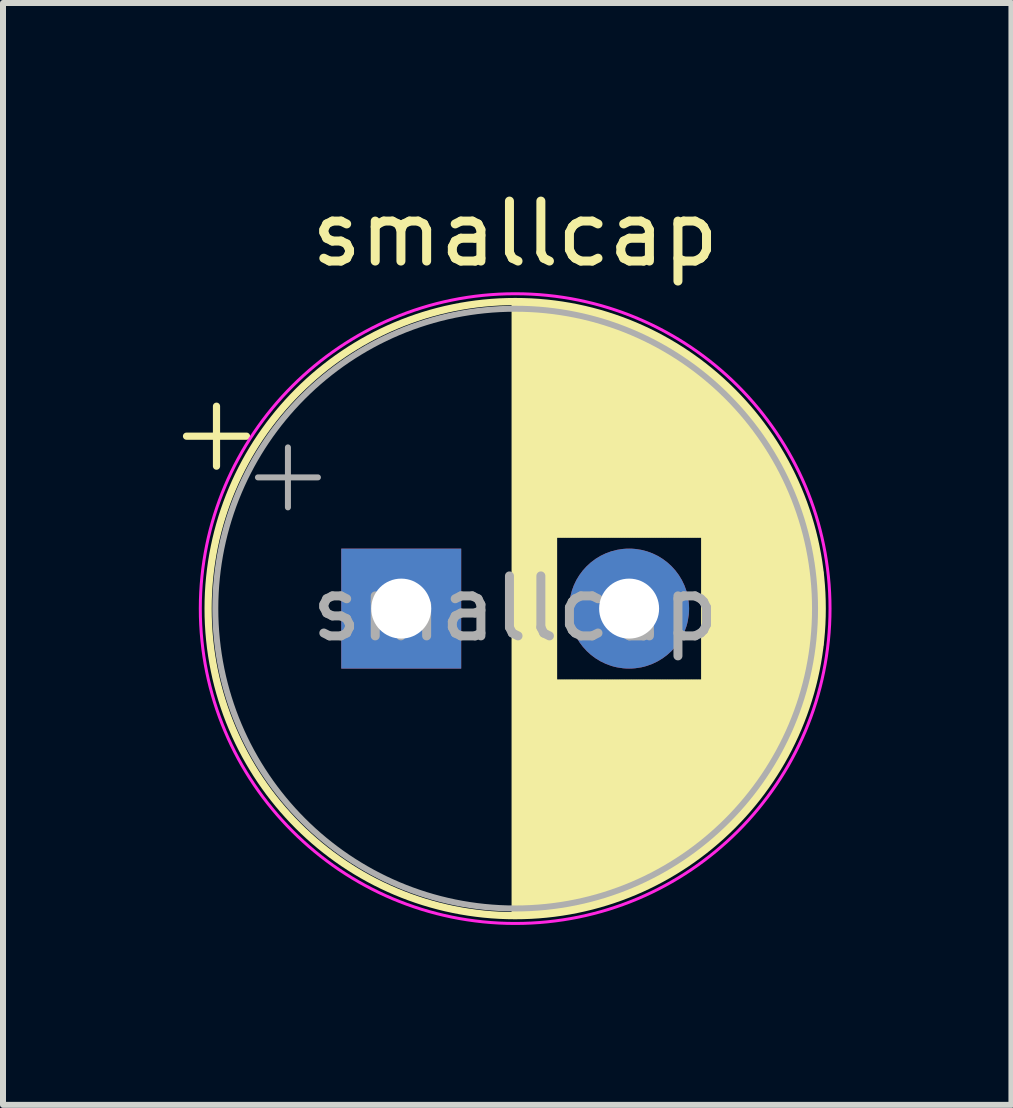
<source format=kicad_pcb>
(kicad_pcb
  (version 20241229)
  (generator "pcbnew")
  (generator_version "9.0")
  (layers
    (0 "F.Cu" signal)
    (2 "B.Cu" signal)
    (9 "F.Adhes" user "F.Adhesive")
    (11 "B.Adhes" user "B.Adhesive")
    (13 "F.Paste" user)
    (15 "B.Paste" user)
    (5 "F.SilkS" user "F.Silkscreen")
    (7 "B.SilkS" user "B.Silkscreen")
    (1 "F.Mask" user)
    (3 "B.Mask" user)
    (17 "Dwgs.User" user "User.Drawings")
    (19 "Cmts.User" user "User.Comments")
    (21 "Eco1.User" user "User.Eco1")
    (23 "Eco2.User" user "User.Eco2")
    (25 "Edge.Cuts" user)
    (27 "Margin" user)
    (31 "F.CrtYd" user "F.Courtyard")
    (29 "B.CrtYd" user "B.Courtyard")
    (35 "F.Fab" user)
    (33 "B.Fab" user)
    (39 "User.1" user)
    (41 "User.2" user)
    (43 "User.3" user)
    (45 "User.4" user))
  (footprint "smallcap"
    (layer "F.Cu")
    (at 5.46 7.098)
    (property "Reference" "smallcap" (at 0.08 -6.25 0) (layer "F.SilkS") (effects (font (size 1 1) (thickness 0.15))))
    (attr through_hole)
    (fp_line (start -5.4 -2.875) (end -4.4 -2.875) (stroke (width 0.12) (type solid)) (layer "F.SilkS"))
    (fp_line (start -4.9 -3.375) (end -4.9 -2.375) (stroke (width 0.12) (type solid)) (layer "F.SilkS"))
    (fp_line (start 0.08 -5.08) (end 0.08 5.08) (stroke (width 0.12) (type solid)) (layer "F.SilkS"))
    (fp_line (start 0.12 -5.08) (end 0.12 5.08) (stroke (width 0.12) (type solid)) (layer "F.SilkS"))
    (fp_line (start 0.16 -5.079) (end 0.16 5.079) (stroke (width 0.12) (type solid)) (layer "F.SilkS"))
    (fp_line (start 0.2 -5.079) (end 0.2 5.079) (stroke (width 0.12) (type solid)) (layer "F.SilkS"))
    (fp_line (start 0.24 -5.077) (end 0.24 5.077) (stroke (width 0.12) (type solid)) (layer "F.SilkS"))
    (fp_line (start 0.28 -5.076) (end 0.28 5.076) (stroke (width 0.12) (type solid)) (layer "F.SilkS"))
    (fp_line (start 0.32 -5.074) (end 0.32 5.074) (stroke (width 0.12) (type solid)) (layer "F.SilkS"))
    (fp_line (start 0.36 -5.072) (end 0.36 5.072) (stroke (width 0.12) (type solid)) (layer "F.SilkS"))
    (fp_line (start 0.4 -5.07) (end 0.4 5.07) (stroke (width 0.12) (type solid)) (layer "F.SilkS"))
    (fp_line (start 0.44 -5.067) (end 0.44 5.067) (stroke (width 0.12) (type solid)) (layer "F.SilkS"))
    (fp_line (start 0.48 -5.064) (end 0.48 5.064) (stroke (width 0.12) (type solid)) (layer "F.SilkS"))
    (fp_line (start 0.52 -5.061) (end 0.52 5.061) (stroke (width 0.12) (type solid)) (layer "F.SilkS"))
    (fp_line (start 0.56 -5.057) (end 0.56 5.057) (stroke (width 0.12) (type solid)) (layer "F.SilkS"))
    (fp_line (start 0.6 -5.054) (end 0.6 5.054) (stroke (width 0.12) (type solid)) (layer "F.SilkS"))
    (fp_line (start 0.64 -5.049) (end 0.64 5.049) (stroke (width 0.12) (type solid)) (layer "F.SilkS"))
    (fp_line (start 0.68 -5.045) (end 0.68 5.045) (stroke (width 0.12) (type solid)) (layer "F.SilkS"))
    (fp_line (start 0.72 -5.04) (end 0.72 5.04) (stroke (width 0.12) (type solid)) (layer "F.SilkS"))
    (fp_line (start 0.76 -5.035) (end 0.76 -1.24) (stroke (width 0.12) (type solid)) (layer "F.SilkS"))
    (fp_line (start 0.76 1.24) (end 0.76 5.035) (stroke (width 0.12) (type solid)) (layer "F.SilkS"))
    (fp_line (start 0.8 -5.029) (end 0.8 -1.24) (stroke (width 0.12) (type solid)) (layer "F.SilkS"))
    (fp_line (start 0.8 1.24) (end 0.8 5.029) (stroke (width 0.12) (type solid)) (layer "F.SilkS"))
    (fp_line (start 0.84 -5.023) (end 0.84 -1.24) (stroke (width 0.12) (type solid)) (layer "F.SilkS"))
    (fp_line (start 0.84 1.24) (end 0.84 5.023) (stroke (width 0.12) (type solid)) (layer "F.SilkS"))
    (fp_line (start 0.88 -5.017) (end 0.88 -1.24) (stroke (width 0.12) (type solid)) (layer "F.SilkS"))
    (fp_line (start 0.88 1.24) (end 0.88 5.017) (stroke (width 0.12) (type solid)) (layer "F.SilkS"))
    (fp_line (start 0.92 -5.011) (end 0.92 -1.24) (stroke (width 0.12) (type solid)) (layer "F.SilkS"))
    (fp_line (start 0.92 1.24) (end 0.92 5.011) (stroke (width 0.12) (type solid)) (layer "F.SilkS"))
    (fp_line (start 0.96 -5.004) (end 0.96 -1.24) (stroke (width 0.12) (type solid)) (layer "F.SilkS"))
    (fp_line (start 0.96 1.24) (end 0.96 5.004) (stroke (width 0.12) (type solid)) (layer "F.SilkS"))
    (fp_line (start 1 -4.997) (end 1 -1.24) (stroke (width 0.12) (type solid)) (layer "F.SilkS"))
    (fp_line (start 1 1.24) (end 1 4.997) (stroke (width 0.12) (type solid)) (layer "F.SilkS"))
    (fp_line (start 1.04 -4.989) (end 1.04 -1.24) (stroke (width 0.12) (type solid)) (layer "F.SilkS"))
    (fp_line (start 1.04 1.24) (end 1.04 4.989) (stroke (width 0.12) (type solid)) (layer "F.SilkS"))
    (fp_line (start 1.08 -4.981) (end 1.08 -1.24) (stroke (width 0.12) (type solid)) (layer "F.SilkS"))
    (fp_line (start 1.08 1.24) (end 1.08 4.981) (stroke (width 0.12) (type solid)) (layer "F.SilkS"))
    (fp_line (start 1.12 -4.973) (end 1.12 -1.24) (stroke (width 0.12) (type solid)) (layer "F.SilkS"))
    (fp_line (start 1.12 1.24) (end 1.12 4.973) (stroke (width 0.12) (type solid)) (layer "F.SilkS"))
    (fp_line (start 1.16 -4.965) (end 1.16 -1.24) (stroke (width 0.12) (type solid)) (layer "F.SilkS"))
    (fp_line (start 1.16 1.24) (end 1.16 4.965) (stroke (width 0.12) (type solid)) (layer "F.SilkS"))
    (fp_line (start 1.2 -4.956) (end 1.2 -1.24) (stroke (width 0.12) (type solid)) (layer "F.SilkS"))
    (fp_line (start 1.2 1.24) (end 1.2 4.956) (stroke (width 0.12) (type solid)) (layer "F.SilkS"))
    (fp_line (start 1.24 -4.947) (end 1.24 -1.24) (stroke (width 0.12) (type solid)) (layer "F.SilkS"))
    (fp_line (start 1.24 1.24) (end 1.24 4.947) (stroke (width 0.12) (type solid)) (layer "F.SilkS"))
    (fp_line (start 1.28 -4.937) (end 1.28 -1.24) (stroke (width 0.12) (type solid)) (layer "F.SilkS"))
    (fp_line (start 1.28 1.24) (end 1.28 4.937) (stroke (width 0.12) (type solid)) (layer "F.SilkS"))
    (fp_line (start 1.32 -4.928) (end 1.32 -1.24) (stroke (width 0.12) (type solid)) (layer "F.SilkS"))
    (fp_line (start 1.32 1.24) (end 1.32 4.928) (stroke (width 0.12) (type solid)) (layer "F.SilkS"))
    (fp_line (start 1.36 -4.917) (end 1.36 -1.24) (stroke (width 0.12) (type solid)) (layer "F.SilkS"))
    (fp_line (start 1.36 1.24) (end 1.36 4.917) (stroke (width 0.12) (type solid)) (layer "F.SilkS"))
    (fp_line (start 1.4 -4.907) (end 1.4 -1.24) (stroke (width 0.12) (type solid)) (layer "F.SilkS"))
    (fp_line (start 1.4 1.24) (end 1.4 4.907) (stroke (width 0.12) (type solid)) (layer "F.SilkS"))
    (fp_line (start 1.44 -4.896) (end 1.44 -1.24) (stroke (width 0.12) (type solid)) (layer "F.SilkS"))
    (fp_line (start 1.44 1.24) (end 1.44 4.896) (stroke (width 0.12) (type solid)) (layer "F.SilkS"))
    (fp_line (start 1.48 -4.885) (end 1.48 -1.24) (stroke (width 0.12) (type solid)) (layer "F.SilkS"))
    (fp_line (start 1.48 1.24) (end 1.48 4.885) (stroke (width 0.12) (type solid)) (layer "F.SilkS"))
    (fp_line (start 1.52 -4.873) (end 1.52 -1.24) (stroke (width 0.12) (type solid)) (layer "F.SilkS"))
    (fp_line (start 1.52 1.24) (end 1.52 4.873) (stroke (width 0.12) (type solid)) (layer "F.SilkS"))
    (fp_line (start 1.56 -4.861) (end 1.56 -1.24) (stroke (width 0.12) (type solid)) (layer "F.SilkS"))
    (fp_line (start 1.56 1.24) (end 1.56 4.861) (stroke (width 0.12) (type solid)) (layer "F.SilkS"))
    (fp_line (start 1.6 -4.849) (end 1.6 -1.24) (stroke (width 0.12) (type solid)) (layer "F.SilkS"))
    (fp_line (start 1.6 1.24) (end 1.6 4.849) (stroke (width 0.12) (type solid)) (layer "F.SilkS"))
    (fp_line (start 1.64 -4.837) (end 1.64 -1.24) (stroke (width 0.12) (type solid)) (layer "F.SilkS"))
    (fp_line (start 1.64 1.24) (end 1.64 4.837) (stroke (width 0.12) (type solid)) (layer "F.SilkS"))
    (fp_line (start 1.68 -4.824) (end 1.68 -1.24) (stroke (width 0.12) (type solid)) (layer "F.SilkS"))
    (fp_line (start 1.68 1.24) (end 1.68 4.824) (stroke (width 0.12) (type solid)) (layer "F.SilkS"))
    (fp_line (start 1.72 -4.81) (end 1.72 -1.24) (stroke (width 0.12) (type solid)) (layer "F.SilkS"))
    (fp_line (start 1.72 1.24) (end 1.72 4.81) (stroke (width 0.12) (type solid)) (layer "F.SilkS"))
    (fp_line (start 1.76 -4.797) (end 1.76 -1.24) (stroke (width 0.12) (type solid)) (layer "F.SilkS"))
    (fp_line (start 1.76 1.24) (end 1.76 4.797) (stroke (width 0.12) (type solid)) (layer "F.SilkS"))
    (fp_line (start 1.8 -4.782) (end 1.8 -1.24) (stroke (width 0.12) (type solid)) (layer "F.SilkS"))
    (fp_line (start 1.8 1.24) (end 1.8 4.782) (stroke (width 0.12) (type solid)) (layer "F.SilkS"))
    (fp_line (start 1.84 -4.768) (end 1.84 -1.24) (stroke (width 0.12) (type solid)) (layer "F.SilkS"))
    (fp_line (start 1.84 1.24) (end 1.84 4.768) (stroke (width 0.12) (type solid)) (layer "F.SilkS"))
    (fp_line (start 1.88 -4.753) (end 1.88 -1.24) (stroke (width 0.12) (type solid)) (layer "F.SilkS"))
    (fp_line (start 1.88 1.24) (end 1.88 4.753) (stroke (width 0.12) (type solid)) (layer "F.SilkS"))
    (fp_line (start 1.92 -4.738) (end 1.92 -1.24) (stroke (width 0.12) (type solid)) (layer "F.SilkS"))
    (fp_line (start 1.92 1.24) (end 1.92 4.738) (stroke (width 0.12) (type solid)) (layer "F.SilkS"))
    (fp_line (start 1.96 -4.722) (end 1.96 -1.24) (stroke (width 0.12) (type solid)) (layer "F.SilkS"))
    (fp_line (start 1.96 1.24) (end 1.96 4.722) (stroke (width 0.12) (type solid)) (layer "F.SilkS"))
    (fp_line (start 2 -4.706) (end 2 -1.24) (stroke (width 0.12) (type solid)) (layer "F.SilkS"))
    (fp_line (start 2 1.24) (end 2 4.706) (stroke (width 0.12) (type solid)) (layer "F.SilkS"))
    (fp_line (start 2.04 -4.69) (end 2.04 -1.24) (stroke (width 0.12) (type solid)) (layer "F.SilkS"))
    (fp_line (start 2.04 1.24) (end 2.04 4.69) (stroke (width 0.12) (type solid)) (layer "F.SilkS"))
    (fp_line (start 2.08 -4.673) (end 2.08 -1.24) (stroke (width 0.12) (type solid)) (layer "F.SilkS"))
    (fp_line (start 2.08 1.24) (end 2.08 4.673) (stroke (width 0.12) (type solid)) (layer "F.SilkS"))
    (fp_line (start 2.12 -4.656) (end 2.12 -1.24) (stroke (width 0.12) (type solid)) (layer "F.SilkS"))
    (fp_line (start 2.12 1.24) (end 2.12 4.656) (stroke (width 0.12) (type solid)) (layer "F.SilkS"))
    (fp_line (start 2.16 -4.638) (end 2.16 -1.24) (stroke (width 0.12) (type solid)) (layer "F.SilkS"))
    (fp_line (start 2.16 1.24) (end 2.16 4.638) (stroke (width 0.12) (type solid)) (layer "F.SilkS"))
    (fp_line (start 2.2 -4.62) (end 2.2 -1.24) (stroke (width 0.12) (type solid)) (layer "F.SilkS"))
    (fp_line (start 2.2 1.24) (end 2.2 4.62) (stroke (width 0.12) (type solid)) (layer "F.SilkS"))
    (fp_line (start 2.24 -4.602) (end 2.24 -1.24) (stroke (width 0.12) (type solid)) (layer "F.SilkS"))
    (fp_line (start 2.24 1.24) (end 2.24 4.602) (stroke (width 0.12) (type solid)) (layer "F.SilkS"))
    (fp_line (start 2.28 -4.583) (end 2.28 -1.24) (stroke (width 0.12) (type solid)) (layer "F.SilkS"))
    (fp_line (start 2.28 1.24) (end 2.28 4.583) (stroke (width 0.12) (type solid)) (layer "F.SilkS"))
    (fp_line (start 2.32 -4.564) (end 2.32 -1.24) (stroke (width 0.12) (type solid)) (layer "F.SilkS"))
    (fp_line (start 2.32 1.24) (end 2.32 4.564) (stroke (width 0.12) (type solid)) (layer "F.SilkS"))
    (fp_line (start 2.36 -4.544) (end 2.36 -1.24) (stroke (width 0.12) (type solid)) (layer "F.SilkS"))
    (fp_line (start 2.36 1.24) (end 2.36 4.544) (stroke (width 0.12) (type solid)) (layer "F.SilkS"))
    (fp_line (start 2.4 -4.524) (end 2.4 -1.24) (stroke (width 0.12) (type solid)) (layer "F.SilkS"))
    (fp_line (start 2.4 1.24) (end 2.4 4.524) (stroke (width 0.12) (type solid)) (layer "F.SilkS"))
    (fp_line (start 2.44 -4.504) (end 2.44 -1.24) (stroke (width 0.12) (type solid)) (layer "F.SilkS"))
    (fp_line (start 2.44 1.24) (end 2.44 4.504) (stroke (width 0.12) (type solid)) (layer "F.SilkS"))
    (fp_line (start 2.48 -4.483) (end 2.48 -1.24) (stroke (width 0.12) (type solid)) (layer "F.SilkS"))
    (fp_line (start 2.48 1.24) (end 2.48 4.483) (stroke (width 0.12) (type solid)) (layer "F.SilkS"))
    (fp_line (start 2.52 -4.461) (end 2.52 -1.24) (stroke (width 0.12) (type solid)) (layer "F.SilkS"))
    (fp_line (start 2.52 1.24) (end 2.52 4.461) (stroke (width 0.12) (type solid)) (layer "F.SilkS"))
    (fp_line (start 2.56 -4.439) (end 2.56 -1.24) (stroke (width 0.12) (type solid)) (layer "F.SilkS"))
    (fp_line (start 2.56 1.24) (end 2.56 4.439) (stroke (width 0.12) (type solid)) (layer "F.SilkS"))
    (fp_line (start 2.6 -4.417) (end 2.6 -1.24) (stroke (width 0.12) (type solid)) (layer "F.SilkS"))
    (fp_line (start 2.6 1.24) (end 2.6 4.417) (stroke (width 0.12) (type solid)) (layer "F.SilkS"))
    (fp_line (start 2.64 -4.394) (end 2.64 -1.24) (stroke (width 0.12) (type solid)) (layer "F.SilkS"))
    (fp_line (start 2.64 1.24) (end 2.64 4.394) (stroke (width 0.12) (type solid)) (layer "F.SilkS"))
    (fp_line (start 2.68 -4.371) (end 2.68 -1.24) (stroke (width 0.12) (type solid)) (layer "F.SilkS"))
    (fp_line (start 2.68 1.24) (end 2.68 4.371) (stroke (width 0.12) (type solid)) (layer "F.SilkS"))
    (fp_line (start 2.72 -4.347) (end 2.72 -1.24) (stroke (width 0.12) (type solid)) (layer "F.SilkS"))
    (fp_line (start 2.72 1.24) (end 2.72 4.347) (stroke (width 0.12) (type solid)) (layer "F.SilkS"))
    (fp_line (start 2.76 -4.323) (end 2.76 -1.24) (stroke (width 0.12) (type solid)) (layer "F.SilkS"))
    (fp_line (start 2.76 1.24) (end 2.76 4.323) (stroke (width 0.12) (type solid)) (layer "F.SilkS"))
    (fp_line (start 2.8 -4.298) (end 2.8 -1.24) (stroke (width 0.12) (type solid)) (layer "F.SilkS"))
    (fp_line (start 2.8 1.24) (end 2.8 4.298) (stroke (width 0.12) (type solid)) (layer "F.SilkS"))
    (fp_line (start 2.84 -4.272) (end 2.84 -1.24) (stroke (width 0.12) (type solid)) (layer "F.SilkS"))
    (fp_line (start 2.84 1.24) (end 2.84 4.272) (stroke (width 0.12) (type solid)) (layer "F.SilkS"))
    (fp_line (start 2.88 -4.247) (end 2.88 -1.24) (stroke (width 0.12) (type solid)) (layer "F.SilkS"))
    (fp_line (start 2.88 1.24) (end 2.88 4.247) (stroke (width 0.12) (type solid)) (layer "F.SilkS"))
    (fp_line (start 2.92 -4.22) (end 2.92 -1.24) (stroke (width 0.12) (type solid)) (layer "F.SilkS"))
    (fp_line (start 2.92 1.24) (end 2.92 4.22) (stroke (width 0.12) (type solid)) (layer "F.SilkS"))
    (fp_line (start 2.96 -4.193) (end 2.96 -1.24) (stroke (width 0.12) (type solid)) (layer "F.SilkS"))
    (fp_line (start 2.96 1.24) (end 2.96 4.193) (stroke (width 0.12) (type solid)) (layer "F.SilkS"))
    (fp_line (start 3 -4.166) (end 3 -1.24) (stroke (width 0.12) (type solid)) (layer "F.SilkS"))
    (fp_line (start 3 1.24) (end 3 4.166) (stroke (width 0.12) (type solid)) (layer "F.SilkS"))
    (fp_line (start 3.04 -4.138) (end 3.04 -1.24) (stroke (width 0.12) (type solid)) (layer "F.SilkS"))
    (fp_line (start 3.04 1.24) (end 3.04 4.138) (stroke (width 0.12) (type solid)) (layer "F.SilkS"))
    (fp_line (start 3.08 -4.109) (end 3.08 -1.24) (stroke (width 0.12) (type solid)) (layer "F.SilkS"))
    (fp_line (start 3.08 1.24) (end 3.08 4.109) (stroke (width 0.12) (type solid)) (layer "F.SilkS"))
    (fp_line (start 3.12 -4.08) (end 3.12 -1.24) (stroke (width 0.12) (type solid)) (layer "F.SilkS"))
    (fp_line (start 3.12 1.24) (end 3.12 4.08) (stroke (width 0.12) (type solid)) (layer "F.SilkS"))
    (fp_line (start 3.16 -4.05) (end 3.16 -1.24) (stroke (width 0.12) (type solid)) (layer "F.SilkS"))
    (fp_line (start 3.16 1.24) (end 3.16 4.05) (stroke (width 0.12) (type solid)) (layer "F.SilkS"))
    (fp_line (start 3.2 -4.02) (end 3.2 -1.24) (stroke (width 0.12) (type solid)) (layer "F.SilkS"))
    (fp_line (start 3.2 1.24) (end 3.2 4.02) (stroke (width 0.12) (type solid)) (layer "F.SilkS"))
    (fp_line (start 3.24 -3.988) (end 3.24 3.988) (stroke (width 0.12) (type solid)) (layer "F.SilkS"))
    (fp_line (start 3.28 -3.957) (end 3.28 3.957) (stroke (width 0.12) (type solid)) (layer "F.SilkS"))
    (fp_line (start 3.32 -3.924) (end 3.32 3.924) (stroke (width 0.12) (type solid)) (layer "F.SilkS"))
    (fp_line (start 3.36 -3.891) (end 3.36 3.891) (stroke (width 0.12) (type solid)) (layer "F.SilkS"))
    (fp_line (start 3.4 -3.858) (end 3.4 3.858) (stroke (width 0.12) (type solid)) (layer "F.SilkS"))
    (fp_line (start 3.44 -3.823) (end 3.44 3.823) (stroke (width 0.12) (type solid)) (layer "F.SilkS"))
    (fp_line (start 3.48 -3.788) (end 3.48 3.788) (stroke (width 0.12) (type solid)) (layer "F.SilkS"))
    (fp_line (start 3.52 -3.752) (end 3.52 3.752) (stroke (width 0.12) (type solid)) (layer "F.SilkS"))
    (fp_line (start 3.56 -3.716) (end 3.56 3.716) (stroke (width 0.12) (type solid)) (layer "F.SilkS"))
    (fp_line (start 3.6 -3.678) (end 3.6 3.678) (stroke (width 0.12) (type solid)) (layer "F.SilkS"))
    (fp_line (start 3.64 -3.64) (end 3.64 3.64) (stroke (width 0.12) (type solid)) (layer "F.SilkS"))
    (fp_line (start 3.68 -3.601) (end 3.68 3.601) (stroke (width 0.12) (type solid)) (layer "F.SilkS"))
    (fp_line (start 3.72 -3.561) (end 3.72 3.561) (stroke (width 0.12) (type solid)) (layer "F.SilkS"))
    (fp_line (start 3.76 -3.52) (end 3.76 3.52) (stroke (width 0.12) (type solid)) (layer "F.SilkS"))
    (fp_line (start 3.8 -3.478) (end 3.8 3.478) (stroke (width 0.12) (type solid)) (layer "F.SilkS"))
    (fp_line (start 3.84 -3.435) (end 3.84 3.435) (stroke (width 0.12) (type solid)) (layer "F.SilkS"))
    (fp_line (start 3.88 -3.391) (end 3.88 3.391) (stroke (width 0.12) (type solid)) (layer "F.SilkS"))
    (fp_line (start 3.92 -3.347) (end 3.92 3.347) (stroke (width 0.12) (type solid)) (layer "F.SilkS"))
    (fp_line (start 3.96 -3.301) (end 3.96 3.301) (stroke (width 0.12) (type solid)) (layer "F.SilkS"))
    (fp_line (start 4 -3.254) (end 4 3.254) (stroke (width 0.12) (type solid)) (layer "F.SilkS"))
    (fp_line (start 4.04 -3.205) (end 4.04 3.205) (stroke (width 0.12) (type solid)) (layer "F.SilkS"))
    (fp_line (start 4.08 -3.156) (end 4.08 3.156) (stroke (width 0.12) (type solid)) (layer "F.SilkS"))
    (fp_line (start 4.12 -3.105) (end 4.12 3.105) (stroke (width 0.12) (type solid)) (layer "F.SilkS"))
    (fp_line (start 4.16 -3.053) (end 4.16 3.053) (stroke (width 0.12) (type solid)) (layer "F.SilkS"))
    (fp_line (start 4.2 -3) (end 4.2 3) (stroke (width 0.12) (type solid)) (layer "F.SilkS"))
    (fp_line (start 4.24 -2.945) (end 4.24 2.945) (stroke (width 0.12) (type solid)) (layer "F.SilkS"))
    (fp_line (start 4.28 -2.888) (end 4.28 2.888) (stroke (width 0.12) (type solid)) (layer "F.SilkS"))
    (fp_line (start 4.32 -2.83) (end 4.32 2.83) (stroke (width 0.12) (type solid)) (layer "F.SilkS"))
    (fp_line (start 4.36 -2.77) (end 4.36 2.77) (stroke (width 0.12) (type solid)) (layer "F.SilkS"))
    (fp_line (start 4.4 -2.708) (end 4.4 2.708) (stroke (width 0.12) (type solid)) (layer "F.SilkS"))
    (fp_line (start 4.44 -2.644) (end 4.44 2.644) (stroke (width 0.12) (type solid)) (layer "F.SilkS"))
    (fp_line (start 4.48 -2.578) (end 4.48 2.578) (stroke (width 0.12) (type solid)) (layer "F.SilkS"))
    (fp_line (start 4.52 -2.51) (end 4.52 2.51) (stroke (width 0.12) (type solid)) (layer "F.SilkS"))
    (fp_line (start 4.56 -2.439) (end 4.56 2.439) (stroke (width 0.12) (type solid)) (layer "F.SilkS"))
    (fp_line (start 4.6 -2.365) (end 4.6 2.365) (stroke (width 0.12) (type solid)) (layer "F.SilkS"))
    (fp_line (start 4.64 -2.288) (end 4.64 2.288) (stroke (width 0.12) (type solid)) (layer "F.SilkS"))
    (fp_line (start 4.68 -2.208) (end 4.68 2.208) (stroke (width 0.12) (type solid)) (layer "F.SilkS"))
    (fp_line (start 4.72 -2.124) (end 4.72 2.124) (stroke (width 0.12) (type solid)) (layer "F.SilkS"))
    (fp_line (start 4.76 -2.037) (end 4.76 2.037) (stroke (width 0.12) (type solid)) (layer "F.SilkS"))
    (fp_line (start 4.8 -1.944) (end 4.8 1.944) (stroke (width 0.12) (type solid)) (layer "F.SilkS"))
    (fp_line (start 4.84 -1.846) (end 4.84 1.846) (stroke (width 0.12) (type solid)) (layer "F.SilkS"))
    (fp_line (start 4.88 -1.742) (end 4.88 1.742) (stroke (width 0.12) (type solid)) (layer "F.SilkS"))
    (fp_line (start 4.92 -1.63) (end 4.92 1.63) (stroke (width 0.12) (type solid)) (layer "F.SilkS"))
    (fp_line (start 4.96 -1.509) (end 4.96 1.509) (stroke (width 0.12) (type solid)) (layer "F.SilkS"))
    (fp_line (start 5 -1.377) (end 5 1.377) (stroke (width 0.12) (type solid)) (layer "F.SilkS"))
    (fp_line (start 5.04 -1.23) (end 5.04 1.23) (stroke (width 0.12) (type solid)) (layer "F.SilkS"))
    (fp_line (start 5.08 -1.062) (end 5.08 1.062) (stroke (width 0.12) (type solid)) (layer "F.SilkS"))
    (fp_line (start 5.12 -0.862) (end 5.12 0.862) (stroke (width 0.12) (type solid)) (layer "F.SilkS"))
    (fp_line (start 5.16 -0.599) (end 5.16 0.599) (stroke (width 0.12) (type solid)) (layer "F.SilkS"))
    (fp_circle (center 0.08 0) (end 5.2 0) (stroke (width 0.12) (type solid)) (fill no) (layer "F.SilkS"))
    (fp_circle (center 0.08 0) (end 5.33 0) (stroke (width 0.05) (type solid)) (fill no) (layer "F.CrtYd"))
    (fp_line (start -4.209 -2.188) (end -3.209 -2.188) (stroke (width 0.1) (type solid)) (layer "F.Fab"))
    (fp_line (start -3.709 -2.688) (end -3.709 -1.688) (stroke (width 0.1) (type solid)) (layer "F.Fab"))
    (fp_circle (center 0.08 0) (end 5.08 0) (stroke (width 0.1) (type solid)) (fill no) (layer "F.Fab"))
    (fp_text user "${REFERENCE}" (at 0.08 0 0) (layer "F.Fab") (effects (font (size 1 1) (thickness 0.15))))
    (pad "1" thru_hole rect (at -1.82 0) (size 2 2) (drill 1) (layers "*.Cu" "*.Mask"))
    (pad "2" thru_hole circle (at 1.98 0) (size 2 2) (drill 1) (layers "*.Cu" "*.Mask")))
  (gr_rect
    (start -3 -3)
    (end 13.815 15.373)
    (stroke (width 0.1) (type default))
    (fill no)
    (layer "Edge.Cuts")))
</source>
